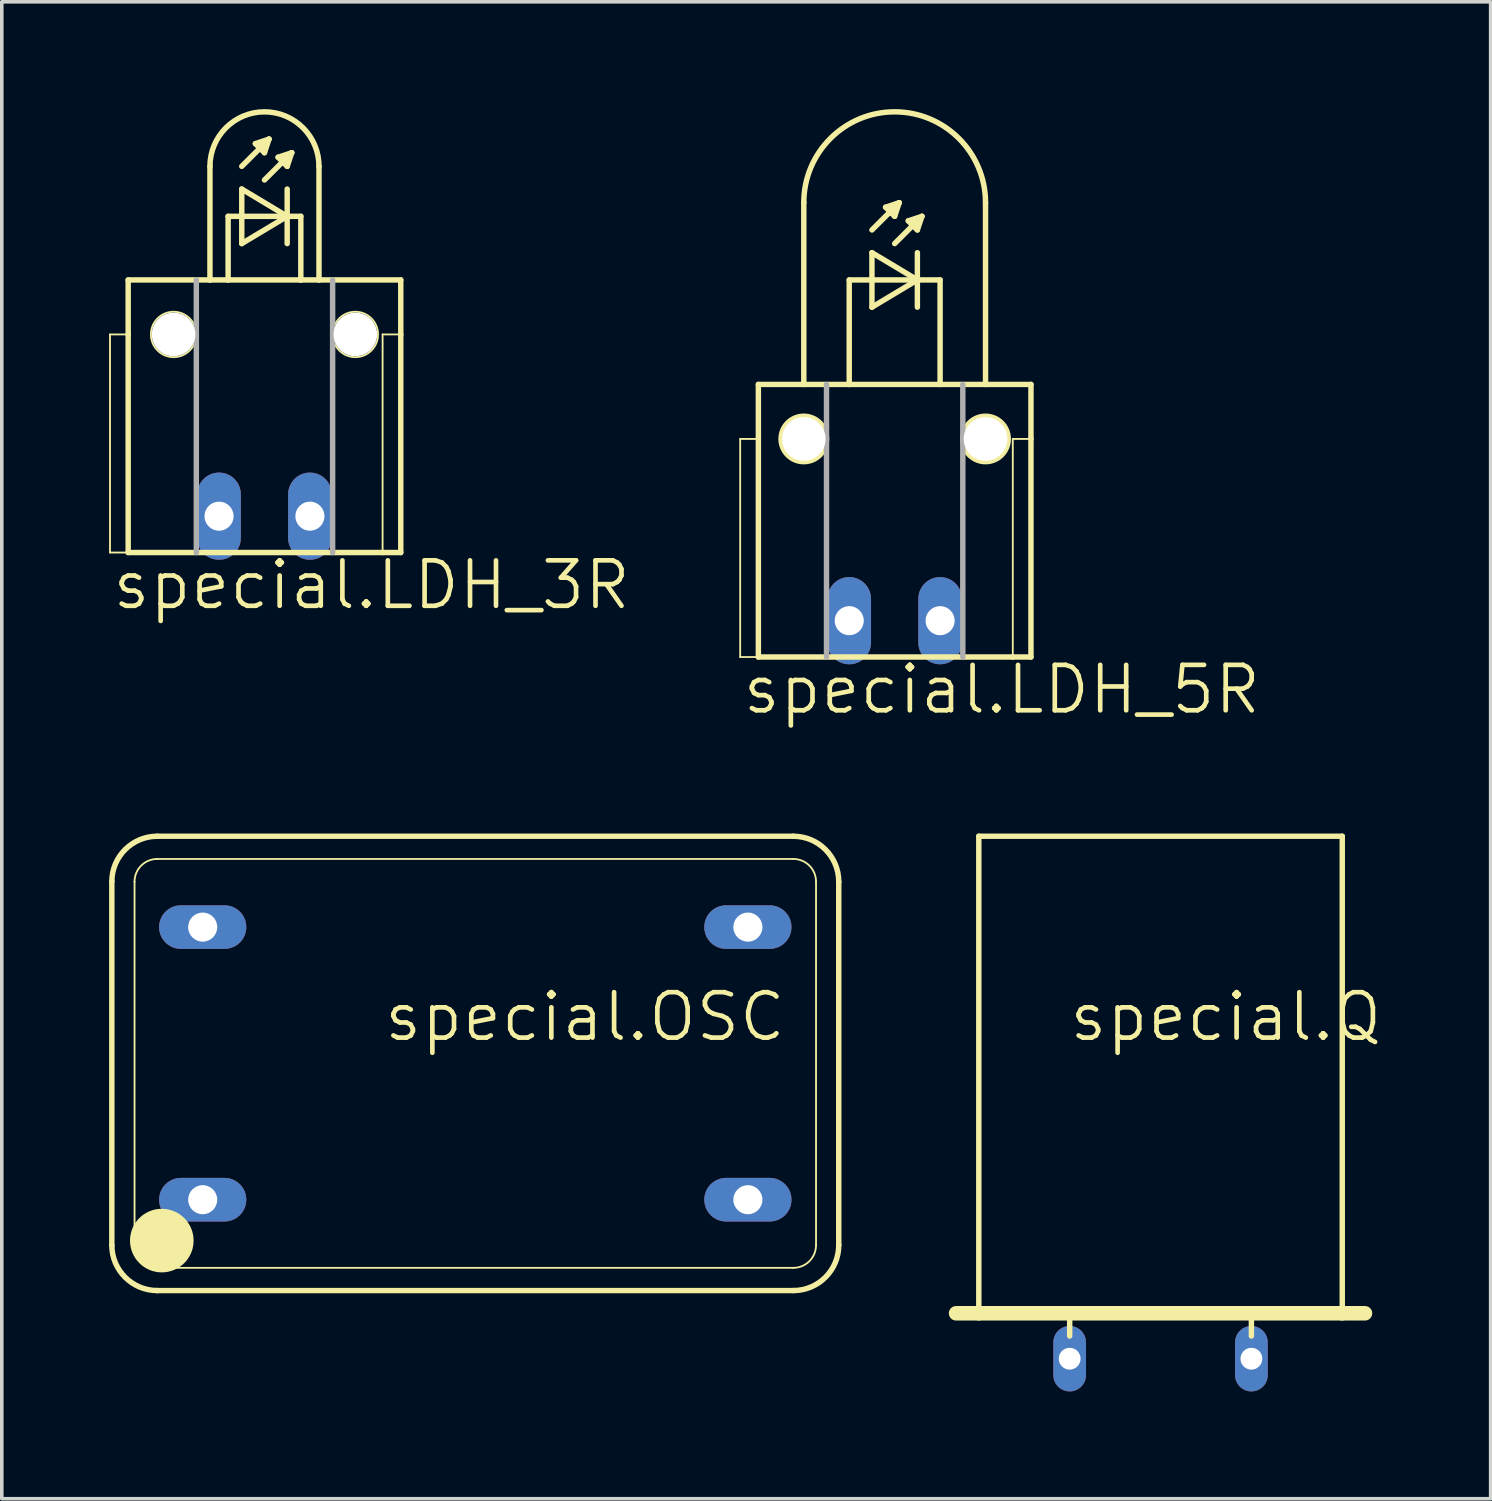
<source format=kicad_pcb>
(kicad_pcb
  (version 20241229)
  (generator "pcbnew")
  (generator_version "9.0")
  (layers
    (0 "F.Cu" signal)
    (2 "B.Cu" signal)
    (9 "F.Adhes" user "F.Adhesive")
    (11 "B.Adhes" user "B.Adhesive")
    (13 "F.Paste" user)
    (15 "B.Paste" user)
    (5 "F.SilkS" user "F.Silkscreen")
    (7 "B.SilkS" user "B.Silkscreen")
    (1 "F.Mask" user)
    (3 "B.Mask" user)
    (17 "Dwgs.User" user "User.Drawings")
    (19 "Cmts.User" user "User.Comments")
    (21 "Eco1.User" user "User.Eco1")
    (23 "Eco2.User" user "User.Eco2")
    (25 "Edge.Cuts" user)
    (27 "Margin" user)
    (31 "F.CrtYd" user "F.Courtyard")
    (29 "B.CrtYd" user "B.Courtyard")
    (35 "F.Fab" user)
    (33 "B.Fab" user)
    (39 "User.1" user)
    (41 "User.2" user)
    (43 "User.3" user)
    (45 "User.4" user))
  (footprint "special.LDH_5R"
    (layer "F.Cu")
    (at 21.959 9.22)
    (property "Reference" "special.LDH_5R" (at -4.318 7.747 0) (layer "F.SilkS") (effects (font (size 1.27 1.27) (thickness 0.13)) (justify left bottom)))
    (attr through_hole)
    (fp_line (start -4.318 6.096) (end -4.318 0) (stroke (width 0.051) (type default)) (layer "F.SilkS"))
    (fp_line (start -4.318 6.096) (end -3.81 6.096) (stroke (width 0.051) (type default)) (layer "F.SilkS"))
    (fp_line (start -3.81 -1.524) (end -3.81 0) (stroke (width 0.152) (type default)) (layer "F.SilkS"))
    (fp_line (start -3.81 -1.524) (end -2.54 -1.524) (stroke (width 0.152) (type default)) (layer "F.SilkS"))
    (fp_line (start -3.81 0) (end -4.318 0) (stroke (width 0.051) (type default)) (layer "F.SilkS"))
    (fp_line (start -3.81 0) (end -3.81 6.096) (stroke (width 0.152) (type default)) (layer "F.SilkS"))
    (fp_line (start -3.81 6.096) (end 3.302 6.096) (stroke (width 0.152) (type default)) (layer "F.SilkS"))
    (fp_line (start -2.54 -1.524) (end -2.54 -6.604) (stroke (width 0.152) (type default)) (layer "F.SilkS"))
    (fp_line (start -2.54 -1.524) (end -1.27 -1.524) (stroke (width 0.152) (type default)) (layer "F.SilkS"))
    (fp_line (start -1.27 -4.445) (end -1.27 -1.524) (stroke (width 0.152) (type default)) (layer "F.SilkS"))
    (fp_line (start -1.27 -4.445) (end 0.635 -4.445) (stroke (width 0.152) (type default)) (layer "F.SilkS"))
    (fp_line (start -1.27 -1.524) (end 1.27 -1.524) (stroke (width 0.152) (type default)) (layer "F.SilkS"))
    (fp_line (start -0.635 -5.842) (end 0.127 -6.604) (stroke (width 0.152) (type default)) (layer "F.SilkS"))
    (fp_line (start -0.635 -5.207) (end -0.635 -3.683) (stroke (width 0.152) (type default)) (layer "F.SilkS"))
    (fp_line (start -0.635 -3.683) (end 0.635 -4.445) (stroke (width 0.152) (type default)) (layer "F.SilkS"))
    (fp_line (start -0.254 -6.477) (end 0 -6.223) (stroke (width 0.152) (type default)) (layer "F.SilkS"))
    (fp_line (start -0.127 -6.477) (end 0 -6.35) (stroke (width 0.152) (type default)) (layer "F.SilkS"))
    (fp_line (start 0 -6.223) (end 0.127 -6.604) (stroke (width 0.152) (type default)) (layer "F.SilkS"))
    (fp_line (start 0 -5.461) (end 0.762 -6.223) (stroke (width 0.152) (type default)) (layer "F.SilkS"))
    (fp_line (start 0.127 -6.604) (end -0.254 -6.477) (stroke (width 0.152) (type default)) (layer "F.SilkS"))
    (fp_line (start 0.381 -6.096) (end 0.635 -5.842) (stroke (width 0.152) (type default)) (layer "F.SilkS"))
    (fp_line (start 0.508 -6.096) (end 0.635 -5.969) (stroke (width 0.152) (type default)) (layer "F.SilkS"))
    (fp_line (start 0.635 -5.842) (end 0.762 -6.223) (stroke (width 0.152) (type default)) (layer "F.SilkS"))
    (fp_line (start 0.635 -4.445) (end -0.635 -5.207) (stroke (width 0.152) (type default)) (layer "F.SilkS"))
    (fp_line (start 0.635 -4.445) (end 1.27 -4.445) (stroke (width 0.152) (type default)) (layer "F.SilkS"))
    (fp_line (start 0.635 -3.683) (end 0.635 -5.207) (stroke (width 0.152) (type default)) (layer "F.SilkS"))
    (fp_line (start 0.762 -6.223) (end 0.381 -6.096) (stroke (width 0.152) (type default)) (layer "F.SilkS"))
    (fp_line (start 1.27 -4.445) (end 1.27 -1.524) (stroke (width 0.152) (type default)) (layer "F.SilkS"))
    (fp_line (start 1.27 -1.524) (end 2.54 -1.524) (stroke (width 0.152) (type default)) (layer "F.SilkS"))
    (fp_line (start 2.54 -1.524) (end 2.54 -6.604) (stroke (width 0.152) (type default)) (layer "F.SilkS"))
    (fp_line (start 2.54 -1.524) (end 3.81 -1.524) (stroke (width 0.152) (type default)) (layer "F.SilkS"))
    (fp_line (start 3.302 6.096) (end 3.302 0) (stroke (width 0.051) (type default)) (layer "F.SilkS"))
    (fp_line (start 3.302 6.096) (end 3.81 6.096) (stroke (width 0.152) (type default)) (layer "F.SilkS"))
    (fp_line (start 3.81 -1.524) (end 3.81 0) (stroke (width 0.152) (type default)) (layer "F.SilkS"))
    (fp_line (start 3.81 0) (end 3.302 0) (stroke (width 0.051) (type default)) (layer "F.SilkS"))
    (fp_line (start 3.81 0) (end 3.81 6.096) (stroke (width 0.152) (type default)) (layer "F.SilkS"))
    (fp_arc (start -2.54 -6.604) (mid 0 -9.144) (end 2.54 -6.604) (stroke (width 0.1524) (type default)) (layer "F.SilkS"))
    (fp_circle (center -2.54 0) (end -1.905 0) (stroke (width 0.152) (type default)) (fill no) (layer "F.SilkS"))
    (fp_circle (center 2.54 0) (end 3.175 0) (stroke (width 0.152) (type default)) (fill no) (layer "F.SilkS"))
    (fp_line (start -1.905 -1.524) (end -1.905 6.096) (stroke (width 0.152) (type default)) (layer "F.Fab"))
    (fp_line (start 1.905 -1.524) (end 1.905 6.096) (stroke (width 0.152) (type default)) (layer "F.Fab"))
    (pad "" np_thru_hole circle (at -2.54 0) (size 1.219 1.219) (drill 1.219) (layers "*.Cu" "*.Mask"))
    (pad "" np_thru_hole circle (at 2.54 0) (size 1.219 1.219) (drill 1.219) (layers "*.Cu" "*.Mask"))
    (pad "1" thru_hole oval (at -1.27 5.08 90) (size 2.438 1.219) (drill 0.813) (layers "*.Cu" "*.Mask"))
    (pad "2" thru_hole oval (at 1.27 5.08 90) (size 2.438 1.219) (drill 0.813) (layers "*.Cu" "*.Mask")))
  (footprint "special.Q"
    (layer "F.Cu")
    (at 29.391 27.311)
    (property "Reference" "special.Q" (at -2.616 -1.194 0) (layer "F.SilkS") (effects (font (size 1.27 1.27) (thickness 0.13)) (justify left bottom)))
    (attr through_hole)
    (fp_line (start -5.08 6.35) (end -5.715 6.35) (stroke (width 0.406) (type default)) (layer "F.SilkS"))
    (fp_line (start -5.08 6.35) (end -5.08 -6.985) (stroke (width 0.152) (type default)) (layer "F.SilkS"))
    (fp_line (start -2.54 6.35) (end -5.08 6.35) (stroke (width 0.406) (type default)) (layer "F.SilkS"))
    (fp_line (start -2.54 6.35) (end -2.54 6.985) (stroke (width 0.152) (type default)) (layer "F.SilkS"))
    (fp_line (start 2.54 6.35) (end -2.54 6.35) (stroke (width 0.406) (type default)) (layer "F.SilkS"))
    (fp_line (start 2.54 6.35) (end 2.54 6.985) (stroke (width 0.152) (type default)) (layer "F.SilkS"))
    (fp_line (start 5.08 -6.985) (end -5.08 -6.985) (stroke (width 0.152) (type default)) (layer "F.SilkS"))
    (fp_line (start 5.08 6.35) (end 2.54 6.35) (stroke (width 0.406) (type default)) (layer "F.SilkS"))
    (fp_line (start 5.08 6.35) (end 5.08 -6.985) (stroke (width 0.152) (type default)) (layer "F.SilkS"))
    (fp_line (start 5.715 6.35) (end 5.08 6.35) (stroke (width 0.406) (type default)) (layer "F.SilkS"))
    (pad "1" thru_hole oval (at -2.54 7.62 90) (size 1.829 0.914) (drill 0.61) (layers "*.Cu" "*.Mask"))
    (pad "2" thru_hole oval (at 2.54 7.62 90) (size 1.829 0.914) (drill 0.61) (layers "*.Cu" "*.Mask")))
  (footprint "special.LDH_3R"
    (layer "F.Cu")
    (at 4.343 6.299)
    (property "Reference" "special.LDH_3R" (at -4.318 7.747 0) (layer "F.SilkS") (effects (font (size 1.27 1.27) (thickness 0.13)) (justify left bottom)))
    (attr through_hole)
    (fp_line (start -4.318 6.096) (end -4.318 0) (stroke (width 0.051) (type default)) (layer "F.SilkS"))
    (fp_line (start -4.318 6.096) (end -3.81 6.096) (stroke (width 0.051) (type default)) (layer "F.SilkS"))
    (fp_line (start -3.81 -1.524) (end -3.81 0) (stroke (width 0.152) (type default)) (layer "F.SilkS"))
    (fp_line (start -3.81 -1.524) (end -1.524 -1.524) (stroke (width 0.152) (type default)) (layer "F.SilkS"))
    (fp_line (start -3.81 0) (end -4.318 0) (stroke (width 0.051) (type default)) (layer "F.SilkS"))
    (fp_line (start -3.81 0) (end -3.81 6.096) (stroke (width 0.152) (type default)) (layer "F.SilkS"))
    (fp_line (start -3.81 6.096) (end 3.302 6.096) (stroke (width 0.152) (type default)) (layer "F.SilkS"))
    (fp_line (start -1.524 -1.524) (end -1.524 -4.699) (stroke (width 0.152) (type default)) (layer "F.SilkS"))
    (fp_line (start -1.524 -1.524) (end -1.016 -1.524) (stroke (width 0.152) (type default)) (layer "F.SilkS"))
    (fp_line (start -1.016 -3.302) (end -1.016 -1.524) (stroke (width 0.152) (type default)) (layer "F.SilkS"))
    (fp_line (start -1.016 -3.302) (end 0.635 -3.302) (stroke (width 0.152) (type default)) (layer "F.SilkS"))
    (fp_line (start -1.016 -1.524) (end 1.016 -1.524) (stroke (width 0.152) (type default)) (layer "F.SilkS"))
    (fp_line (start -0.635 -4.699) (end 0.127 -5.461) (stroke (width 0.152) (type default)) (layer "F.SilkS"))
    (fp_line (start -0.635 -4.064) (end -0.635 -2.54) (stroke (width 0.152) (type default)) (layer "F.SilkS"))
    (fp_line (start -0.635 -2.54) (end 0.635 -3.302) (stroke (width 0.152) (type default)) (layer "F.SilkS"))
    (fp_line (start -0.254 -5.334) (end 0 -5.08) (stroke (width 0.152) (type default)) (layer "F.SilkS"))
    (fp_line (start -0.127 -5.334) (end 0 -5.207) (stroke (width 0.152) (type default)) (layer "F.SilkS"))
    (fp_line (start 0 -5.08) (end 0.127 -5.461) (stroke (width 0.152) (type default)) (layer "F.SilkS"))
    (fp_line (start 0 -4.318) (end 0.762 -5.08) (stroke (width 0.152) (type default)) (layer "F.SilkS"))
    (fp_line (start 0.127 -5.461) (end -0.254 -5.334) (stroke (width 0.152) (type default)) (layer "F.SilkS"))
    (fp_line (start 0.381 -4.953) (end 0.635 -4.699) (stroke (width 0.152) (type default)) (layer "F.SilkS"))
    (fp_line (start 0.508 -4.953) (end 0.635 -4.826) (stroke (width 0.152) (type default)) (layer "F.SilkS"))
    (fp_line (start 0.635 -4.699) (end 0.762 -5.08) (stroke (width 0.152) (type default)) (layer "F.SilkS"))
    (fp_line (start 0.635 -3.302) (end -0.635 -4.064) (stroke (width 0.152) (type default)) (layer "F.SilkS"))
    (fp_line (start 0.635 -3.302) (end 1.016 -3.302) (stroke (width 0.152) (type default)) (layer "F.SilkS"))
    (fp_line (start 0.635 -2.54) (end 0.635 -4.064) (stroke (width 0.152) (type default)) (layer "F.SilkS"))
    (fp_line (start 0.762 -5.08) (end 0.381 -4.953) (stroke (width 0.152) (type default)) (layer "F.SilkS"))
    (fp_line (start 1.016 -3.302) (end 1.016 -1.524) (stroke (width 0.152) (type default)) (layer "F.SilkS"))
    (fp_line (start 1.016 -1.524) (end 1.524 -1.524) (stroke (width 0.152) (type default)) (layer "F.SilkS"))
    (fp_line (start 1.524 -1.524) (end 1.524 -4.699) (stroke (width 0.152) (type default)) (layer "F.SilkS"))
    (fp_line (start 1.524 -1.524) (end 3.81 -1.524) (stroke (width 0.152) (type default)) (layer "F.SilkS"))
    (fp_line (start 3.302 6.096) (end 3.302 0) (stroke (width 0.051) (type default)) (layer "F.SilkS"))
    (fp_line (start 3.302 6.096) (end 3.81 6.096) (stroke (width 0.152) (type default)) (layer "F.SilkS"))
    (fp_line (start 3.81 -1.524) (end 3.81 0) (stroke (width 0.152) (type default)) (layer "F.SilkS"))
    (fp_line (start 3.81 0) (end 3.302 0) (stroke (width 0.051) (type default)) (layer "F.SilkS"))
    (fp_line (start 3.81 0) (end 3.81 6.096) (stroke (width 0.152) (type default)) (layer "F.SilkS"))
    (fp_arc (start -1.524 -4.699) (mid 0 -6.223) (end 1.524 -4.699) (stroke (width 0.1524) (type default)) (layer "F.SilkS"))
    (fp_circle (center -2.54 0) (end -1.905 0) (stroke (width 0.051) (type default)) (fill no) (layer "F.SilkS"))
    (fp_circle (center 2.54 0) (end 3.175 0) (stroke (width 0.051) (type default)) (fill no) (layer "F.SilkS"))
    (fp_line (start -1.905 -1.524) (end -1.905 6.096) (stroke (width 0.152) (type default)) (layer "F.Fab"))
    (fp_line (start 1.905 -1.524) (end 1.905 6.096) (stroke (width 0.152) (type default)) (layer "F.Fab"))
    (pad "" np_thru_hole circle (at -2.54 0) (size 1.219 1.219) (drill 1.219) (layers "*.Cu" "*.Mask"))
    (pad "" np_thru_hole circle (at 2.54 0) (size 1.219 1.219) (drill 1.219) (layers "*.Cu" "*.Mask"))
    (pad "1" thru_hole oval (at -1.27 5.08 90) (size 2.438 1.219) (drill 0.813) (layers "*.Cu" "*.Mask"))
    (pad "2" thru_hole oval (at 1.27 5.08 90) (size 2.438 1.219) (drill 0.813) (layers "*.Cu" "*.Mask")))
  (footprint "special.OSC"
    (layer "F.Cu")
    (at 10.236 26.676)
    (property "Reference" "special.OSC" (at -2.616 -0.559 0) (layer "F.SilkS") (effects (font (size 1.27 1.27) (thickness 0.13)) (justify left bottom)))
    (attr through_hole)
    (fp_line (start -10.16 -5.08) (end -10.16 5.08) (stroke (width 0.152) (type default)) (layer "F.SilkS"))
    (fp_line (start -9.525 5.08) (end -9.525 -5.08) (stroke (width 0.051) (type default)) (layer "F.SilkS"))
    (fp_line (start -8.89 -5.715) (end 8.89 -5.715) (stroke (width 0.051) (type default)) (layer "F.SilkS"))
    (fp_line (start -8.89 6.35) (end 8.89 6.35) (stroke (width 0.152) (type default)) (layer "F.SilkS"))
    (fp_line (start 8.89 -6.35) (end -8.89 -6.35) (stroke (width 0.152) (type default)) (layer "F.SilkS"))
    (fp_line (start 8.89 5.715) (end -8.89 5.715) (stroke (width 0.051) (type default)) (layer "F.SilkS"))
    (fp_line (start 9.525 -5.08) (end 9.525 5.08) (stroke (width 0.051) (type default)) (layer "F.SilkS"))
    (fp_line (start 10.16 5.08) (end 10.16 -5.08) (stroke (width 0.152) (type default)) (layer "F.SilkS"))
    (fp_rect (start -8.89 5.08) (end -8.636 4.826) (stroke (width 0.05) (type default)) (fill yes) (layer "F.SilkS"))
    (fp_arc (start -10.16 -5.08) (mid -9.788026 -5.978026) (end -8.89 -6.35) (stroke (width 0.1524) (type default)) (layer "F.SilkS"))
    (fp_arc (start -9.525 -5.08) (mid -9.339013 -5.529013) (end -8.89 -5.715) (stroke (width 0.0508) (type default)) (layer "F.SilkS"))
    (fp_arc (start -8.89 5.715) (mid -9.339013 5.529013) (end -9.525 5.08) (stroke (width 0.0508) (type default)) (layer "F.SilkS"))
    (fp_arc (start -8.89 6.35) (mid -9.788026 5.978026) (end -10.16 5.08) (stroke (width 0.1524) (type default)) (layer "F.SilkS"))
    (fp_arc (start 8.89 -6.35) (mid 9.788026 -5.978026) (end 10.16 -5.08) (stroke (width 0.1524) (type default)) (layer "F.SilkS"))
    (fp_arc (start 8.89 -5.715) (mid 9.339013 -5.529013) (end 9.525 -5.08) (stroke (width 0.0508) (type default)) (layer "F.SilkS"))
    (fp_arc (start 9.525 5.08) (mid 9.339013 5.529013) (end 8.89 5.715) (stroke (width 0.0508) (type default)) (layer "F.SilkS"))
    (fp_arc (start 10.16 5.08) (mid 9.788026 5.978026) (end 8.89 6.35) (stroke (width 0.1524) (type default)) (layer "F.SilkS"))
    (fp_circle (center -8.763 4.953) (end -8.636 4.953) (stroke (width 0.762) (type default)) (fill no) (layer "F.SilkS"))
    (pad "1" thru_hole oval (at -7.62 3.81) (size 2.438 1.219) (drill 0.813) (layers "*.Cu" "*.Mask"))
    (pad "7" thru_hole oval (at 7.62 3.81) (size 2.438 1.219) (drill 0.813) (layers "*.Cu" "*.Mask"))
    (pad "8" thru_hole oval (at 7.62 -3.81) (size 2.438 1.219) (drill 0.813) (layers "*.Cu" "*.Mask"))
    (pad "14" thru_hole oval (at -7.62 -3.81) (size 2.438 1.219) (drill 0.813) (layers "*.Cu" "*.Mask")))
  (gr_rect
    (start -3 -3)
    (end 38.619 38.845)
    (stroke (width 0.1) (type default))
    (fill no)
    (layer "Edge.Cuts")))
</source>
